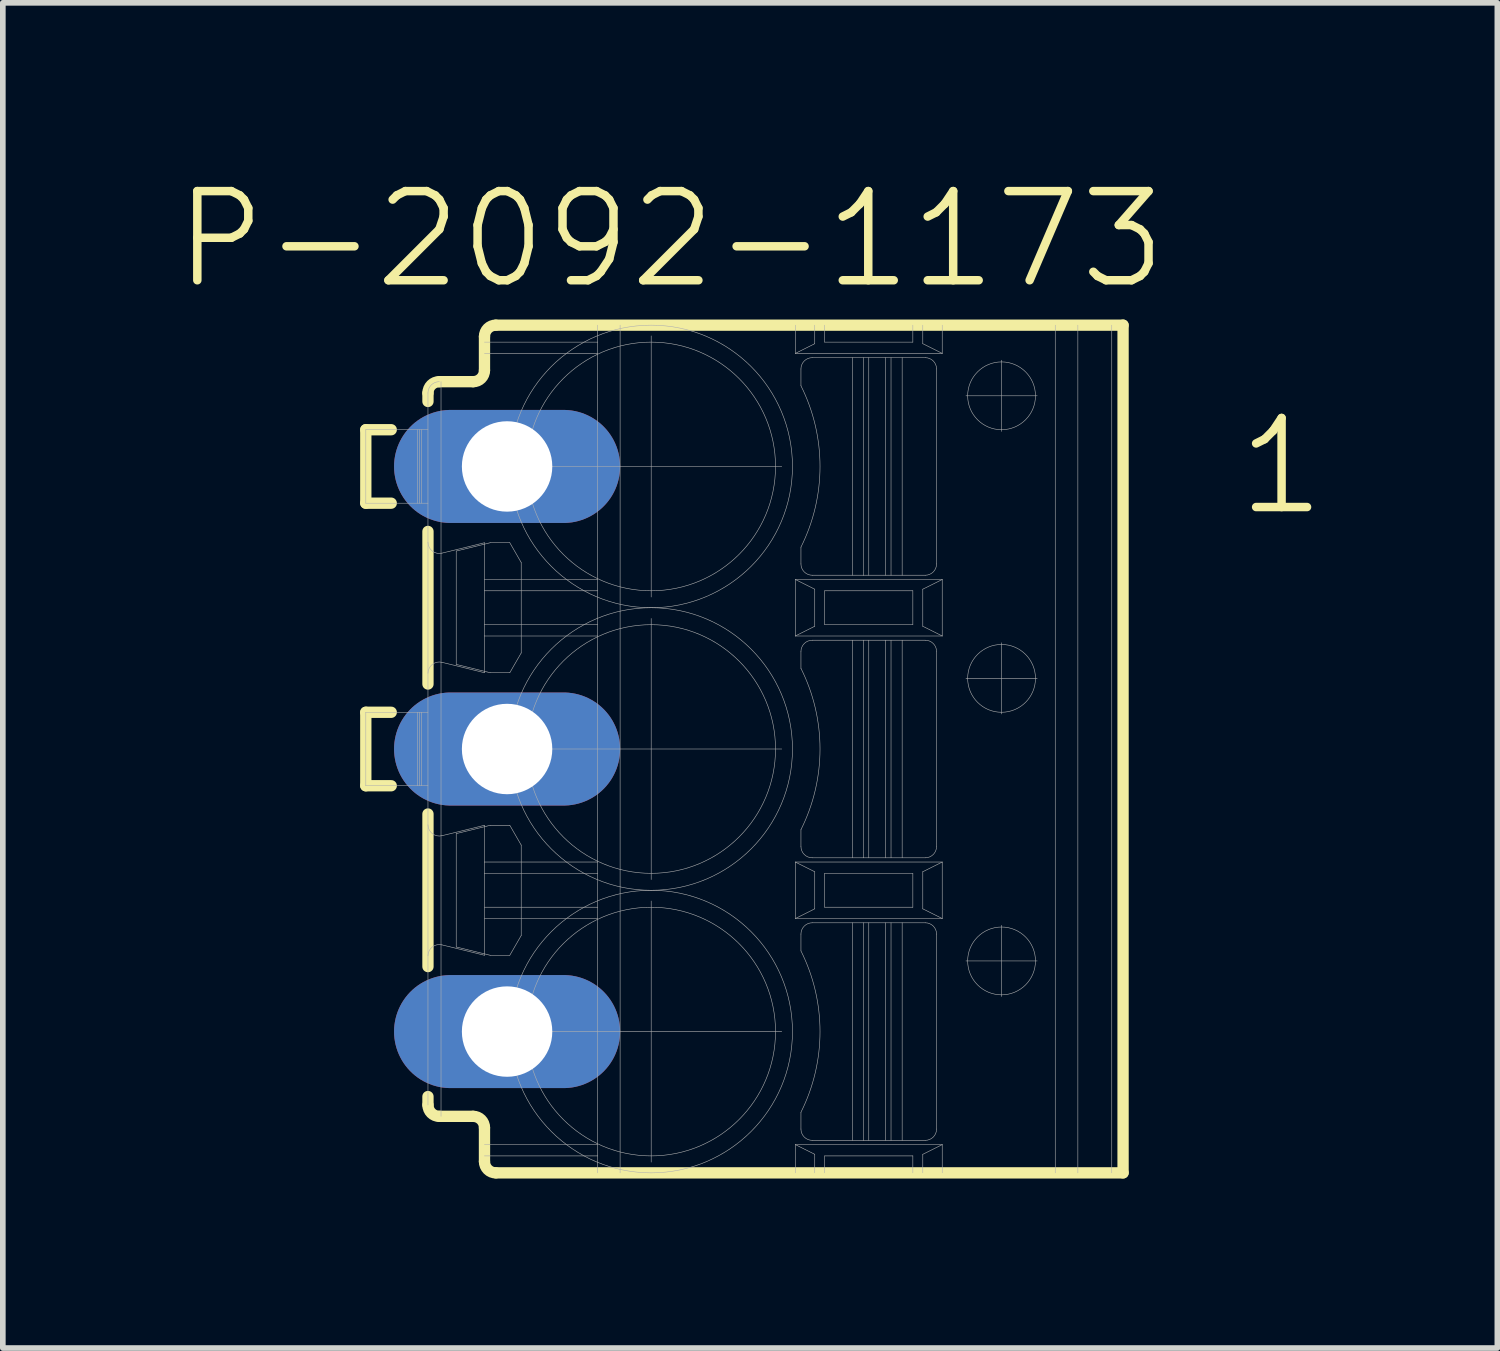
<source format=kicad_pcb>
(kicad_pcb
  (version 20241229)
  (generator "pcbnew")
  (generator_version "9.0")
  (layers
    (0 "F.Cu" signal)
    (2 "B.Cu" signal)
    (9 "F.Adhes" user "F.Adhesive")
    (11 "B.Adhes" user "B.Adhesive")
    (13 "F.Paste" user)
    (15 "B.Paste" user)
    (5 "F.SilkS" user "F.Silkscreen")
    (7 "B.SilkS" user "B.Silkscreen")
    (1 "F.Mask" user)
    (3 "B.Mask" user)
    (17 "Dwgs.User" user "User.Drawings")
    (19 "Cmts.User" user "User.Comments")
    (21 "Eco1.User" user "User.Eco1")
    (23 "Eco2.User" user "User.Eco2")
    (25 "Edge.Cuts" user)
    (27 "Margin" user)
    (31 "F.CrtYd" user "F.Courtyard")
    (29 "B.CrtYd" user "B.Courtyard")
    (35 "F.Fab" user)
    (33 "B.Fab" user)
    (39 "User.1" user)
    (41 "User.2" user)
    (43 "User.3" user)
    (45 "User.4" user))
  (footprint "P-2092-1173"
    (layer "F.Cu")
    (at 10.123 10.204)
    (property "Reference" "P-2092-1173" (at -1.303 -9.017 0) (layer "F.SilkS") (effects (font (size 1.578 1.578) (thickness 0.15))))
    (attr through_hole)
    (fp_line (start -6.7 -5.65) (end -6.7 -4.35) (stroke (width 0.2) (type solid)) (layer "F.SilkS"))
    (fp_line (start -6.7 -5.65) (end -6.25 -5.65) (stroke (width 0.2) (type solid)) (layer "F.SilkS"))
    (fp_line (start -6.7 -4.35) (end -6.25 -4.35) (stroke (width 0.2) (type solid)) (layer "F.SilkS"))
    (fp_line (start -6.7 -0.65) (end -6.7 0.65) (stroke (width 0.2) (type solid)) (layer "F.SilkS"))
    (fp_line (start -6.7 -0.65) (end -6.25 -0.65) (stroke (width 0.2) (type solid)) (layer "F.SilkS"))
    (fp_line (start -6.7 0.65) (end -6.25 0.65) (stroke (width 0.2) (type solid)) (layer "F.SilkS"))
    (fp_line (start -5.6 -6.3) (end -5.6 -6.15) (stroke (width 0.2) (type solid)) (layer "F.SilkS"))
    (fp_line (start -5.6 -3.85) (end -5.6 -1.15) (stroke (width 0.2) (type solid)) (layer "F.SilkS"))
    (fp_line (start -5.6 1.15) (end -5.6 3.85) (stroke (width 0.2) (type solid)) (layer "F.SilkS"))
    (fp_line (start -5.6 6.3) (end -5.6 6.15) (stroke (width 0.2) (type solid)) (layer "F.SilkS"))
    (fp_line (start -5.4 6.5) (end -4.8 6.5) (stroke (width 0.2) (type solid)) (layer "F.SilkS"))
    (fp_line (start -4.8 -6.5) (end -5.4 -6.5) (stroke (width 0.2) (type solid)) (layer "F.SilkS"))
    (fp_line (start -4.6 -7.3) (end -4.6 -6.7) (stroke (width 0.2) (type solid)) (layer "F.SilkS"))
    (fp_line (start -4.6 6.7) (end -4.6 7.3) (stroke (width 0.2) (type solid)) (layer "F.SilkS"))
    (fp_line (start -4.4 -7.5) (end 6.7 -7.5) (stroke (width 0.2) (type solid)) (layer "F.SilkS"))
    (fp_line (start 6.7 -7.5) (end 6.7 7.5) (stroke (width 0.2) (type solid)) (layer "F.SilkS"))
    (fp_line (start 6.7 7.5) (end -4.4 7.5) (stroke (width 0.2) (type solid)) (layer "F.SilkS"))
    (fp_arc (start -5.6 -6.3) (mid -5.541421 -6.441421) (end -5.4 -6.5) (stroke (width 0.2) (type solid)) (layer "F.SilkS"))
    (fp_arc (start -5.4 6.5) (mid -5.541421 6.441421) (end -5.6 6.3) (stroke (width 0.2) (type solid)) (layer "F.SilkS"))
    (fp_arc (start -4.8 6.5) (mid -4.658579 6.558579) (end -4.6 6.7) (stroke (width 0.2) (type solid)) (layer "F.SilkS"))
    (fp_arc (start -4.6 -7.3) (mid -4.541421 -7.441421) (end -4.4 -7.5) (stroke (width 0.2) (type solid)) (layer "F.SilkS"))
    (fp_arc (start -4.6 -6.7) (mid -4.658579 -6.558579) (end -4.8 -6.5) (stroke (width 0.2) (type solid)) (layer "F.SilkS"))
    (fp_arc (start -4.4 7.5) (mid -4.541421 7.441421) (end -4.6 7.3) (stroke (width 0.2) (type solid)) (layer "F.SilkS"))
    (fp_line (start -6.7 -4.35) (end -6.7 -5.65) (stroke (width 0.01) (type solid)) (layer "F.Fab"))
    (fp_line (start -6.7 0.65) (end -6.7 -0.65) (stroke (width 0.01) (type solid)) (layer "F.Fab"))
    (fp_line (start -5.785 -4.35) (end -5.785 -5.65) (stroke (width 0.01) (type solid)) (layer "F.Fab"))
    (fp_line (start -5.785 0.65) (end -5.785 -0.65) (stroke (width 0.01) (type solid)) (layer "F.Fab"))
    (fp_line (start -5.75 -4.35) (end -5.75 -5.65) (stroke (width 0.01) (type solid)) (layer "F.Fab"))
    (fp_line (start -5.75 0.65) (end -5.75 -0.65) (stroke (width 0.01) (type solid)) (layer "F.Fab"))
    (fp_line (start -5.715 -4.35) (end -5.715 -5.65) (stroke (width 0.01) (type solid)) (layer "F.Fab"))
    (fp_line (start -5.715 0.65) (end -5.715 -0.65) (stroke (width 0.01) (type solid)) (layer "F.Fab"))
    (fp_line (start -5.6 -6.3) (end -5.6 6.3) (stroke (width 0.01) (type solid)) (layer "F.Fab"))
    (fp_line (start -5.6 -5.65) (end -6.7 -5.65) (stroke (width 0.01) (type solid)) (layer "F.Fab"))
    (fp_line (start -5.6 -4.35) (end -6.7 -4.35) (stroke (width 0.01) (type solid)) (layer "F.Fab"))
    (fp_line (start -5.6 -0.65) (end -6.7 -0.65) (stroke (width 0.01) (type solid)) (layer "F.Fab"))
    (fp_line (start -5.6 0.65) (end -6.7 0.65) (stroke (width 0.01) (type solid)) (layer "F.Fab"))
    (fp_line (start -5.369 -6.5) (end -5.369 6.5) (stroke (width 0.01) (type solid)) (layer "F.Fab"))
    (fp_line (start -5.353 1.534) (end -4.6 1.35) (stroke (width 0.01) (type solid)) (layer "F.Fab"))
    (fp_line (start -5.1 -3.503) (end -4.5 -3.65) (stroke (width 0.01) (type solid)) (layer "F.Fab"))
    (fp_line (start -5.1 -1.497) (end -5.1 -3.503) (stroke (width 0.01) (type solid)) (layer "F.Fab"))
    (fp_line (start -5.1 1.497) (end -4.5 1.35) (stroke (width 0.01) (type solid)) (layer "F.Fab"))
    (fp_line (start -5.1 3.503) (end -5.1 1.497) (stroke (width 0.01) (type solid)) (layer "F.Fab"))
    (fp_line (start -4.935 -5) (end 0.66 -5) (stroke (width 0.01) (type solid)) (layer "F.Fab"))
    (fp_line (start -4.935 0) (end 0.66 0) (stroke (width 0.01) (type solid)) (layer "F.Fab"))
    (fp_line (start -4.935 5) (end 0.66 5) (stroke (width 0.01) (type solid)) (layer "F.Fab"))
    (fp_line (start -4.6 -7) (end -2.6 -7) (stroke (width 0.01) (type solid)) (layer "F.Fab"))
    (fp_line (start -4.6 -3.65) (end -5.353 -3.466) (stroke (width 0.01) (type solid)) (layer "F.Fab"))
    (fp_line (start -4.6 -3.65) (end -4.6 -3) (stroke (width 0.01) (type solid)) (layer "F.Fab"))
    (fp_line (start -4.6 -3) (end -4.6 -2.8) (stroke (width 0.01) (type solid)) (layer "F.Fab"))
    (fp_line (start -4.6 -3) (end -2.6 -3) (stroke (width 0.01) (type solid)) (layer "F.Fab"))
    (fp_line (start -4.6 -2.8) (end -4.6 -2.2) (stroke (width 0.01) (type solid)) (layer "F.Fab"))
    (fp_line (start -4.6 -2.8) (end -2.6 -2.8) (stroke (width 0.01) (type solid)) (layer "F.Fab"))
    (fp_line (start -4.6 -2.2) (end -4.6 -2) (stroke (width 0.01) (type solid)) (layer "F.Fab"))
    (fp_line (start -4.6 -2) (end -4.6 -1.35) (stroke (width 0.01) (type solid)) (layer "F.Fab"))
    (fp_line (start -4.6 -2) (end -2.6 -2) (stroke (width 0.01) (type solid)) (layer "F.Fab"))
    (fp_line (start -4.6 -1.35) (end -5.353 -1.534) (stroke (width 0.01) (type solid)) (layer "F.Fab"))
    (fp_line (start -4.6 1.35) (end -4.6 2) (stroke (width 0.01) (type solid)) (layer "F.Fab"))
    (fp_line (start -4.6 2) (end -4.6 2.2) (stroke (width 0.01) (type solid)) (layer "F.Fab"))
    (fp_line (start -4.6 2) (end -2.6 2) (stroke (width 0.01) (type solid)) (layer "F.Fab"))
    (fp_line (start -4.6 2.2) (end -4.6 3.65) (stroke (width 0.01) (type solid)) (layer "F.Fab"))
    (fp_line (start -4.6 2.2) (end -2.6 2.2) (stroke (width 0.01) (type solid)) (layer "F.Fab"))
    (fp_line (start -4.6 3) (end -2.6 3) (stroke (width 0.01) (type solid)) (layer "F.Fab"))
    (fp_line (start -4.6 3.65) (end -5.353 3.466) (stroke (width 0.01) (type solid)) (layer "F.Fab"))
    (fp_line (start -4.6 7) (end -2.6 7) (stroke (width 0.01) (type solid)) (layer "F.Fab"))
    (fp_line (start -4.6 7.2) (end -2.6 7.2) (stroke (width 0.01) (type solid)) (layer "F.Fab"))
    (fp_line (start -4.5 -3.65) (end -4.152 -3.65) (stroke (width 0.01) (type solid)) (layer "F.Fab"))
    (fp_line (start -4.5 -1.35) (end -5.1 -1.497) (stroke (width 0.01) (type solid)) (layer "F.Fab"))
    (fp_line (start -4.5 1.35) (end -4.152 1.35) (stroke (width 0.01) (type solid)) (layer "F.Fab"))
    (fp_line (start -4.5 3.65) (end -5.1 3.503) (stroke (width 0.01) (type solid)) (layer "F.Fab"))
    (fp_line (start -4.2 -4.265) (end -4.2 -5.735) (stroke (width 0.01) (type solid)) (layer "F.Fab"))
    (fp_line (start -4.2 0.735) (end -4.2 -0.735) (stroke (width 0.01) (type solid)) (layer "F.Fab"))
    (fp_line (start -4.2 5.735) (end -4.2 4.265) (stroke (width 0.01) (type solid)) (layer "F.Fab"))
    (fp_line (start -4.152 -3.65) (end -3.95 -3.3) (stroke (width 0.01) (type solid)) (layer "F.Fab"))
    (fp_line (start -4.152 -1.35) (end -4.5 -1.35) (stroke (width 0.01) (type solid)) (layer "F.Fab"))
    (fp_line (start -4.152 1.35) (end -3.95 1.7) (stroke (width 0.01) (type solid)) (layer "F.Fab"))
    (fp_line (start -4.152 3.65) (end -4.5 3.65) (stroke (width 0.01) (type solid)) (layer "F.Fab"))
    (fp_line (start -3.95 -3.3) (end -3.95 -1.7) (stroke (width 0.01) (type solid)) (layer "F.Fab"))
    (fp_line (start -3.95 -1.7) (end -4.152 -1.35) (stroke (width 0.01) (type solid)) (layer "F.Fab"))
    (fp_line (start -3.95 1.7) (end -3.95 3.3) (stroke (width 0.01) (type solid)) (layer "F.Fab"))
    (fp_line (start -3.95 3.3) (end -4.152 3.65) (stroke (width 0.01) (type solid)) (layer "F.Fab"))
    (fp_line (start -2.6 -7.5) (end -2.6 -7.2) (stroke (width 0.01) (type solid)) (layer "F.Fab"))
    (fp_line (start -2.6 -7.2) (end -4.6 -7.2) (stroke (width 0.01) (type solid)) (layer "F.Fab"))
    (fp_line (start -2.6 -7.2) (end -2.6 -7) (stroke (width 0.01) (type solid)) (layer "F.Fab"))
    (fp_line (start -2.6 -7) (end -2.6 -3) (stroke (width 0.01) (type solid)) (layer "F.Fab"))
    (fp_line (start -2.6 -3) (end -2.6 -2.8) (stroke (width 0.01) (type solid)) (layer "F.Fab"))
    (fp_line (start -2.6 -2.8) (end -2.6 -2.2) (stroke (width 0.01) (type solid)) (layer "F.Fab"))
    (fp_line (start -2.6 -2.2) (end -4.6 -2.2) (stroke (width 0.01) (type solid)) (layer "F.Fab"))
    (fp_line (start -2.6 -2.2) (end -2.6 -2) (stroke (width 0.01) (type solid)) (layer "F.Fab"))
    (fp_line (start -2.6 -2) (end -2.6 2) (stroke (width 0.01) (type solid)) (layer "F.Fab"))
    (fp_line (start -2.6 2) (end -2.6 2.2) (stroke (width 0.01) (type solid)) (layer "F.Fab"))
    (fp_line (start -2.6 2.2) (end -2.6 2.8) (stroke (width 0.01) (type solid)) (layer "F.Fab"))
    (fp_line (start -2.6 2.8) (end -4.6 2.8) (stroke (width 0.01) (type solid)) (layer "F.Fab"))
    (fp_line (start -2.6 2.8) (end -2.6 3) (stroke (width 0.01) (type solid)) (layer "F.Fab"))
    (fp_line (start -2.6 3) (end -2.6 7) (stroke (width 0.01) (type solid)) (layer "F.Fab"))
    (fp_line (start -2.6 7) (end -2.6 7.2) (stroke (width 0.01) (type solid)) (layer "F.Fab"))
    (fp_line (start -2.6 7.2) (end -2.6 7.5) (stroke (width 0.01) (type solid)) (layer "F.Fab"))
    (fp_line (start -2.2 -7.5) (end -2.2 7.5) (stroke (width 0.01) (type solid)) (layer "F.Fab"))
    (fp_line (start -1.65 -2.69) (end -1.65 -7.31) (stroke (width 0.01) (type solid)) (layer "F.Fab"))
    (fp_line (start -1.65 2.31) (end -1.65 -2.31) (stroke (width 0.01) (type solid)) (layer "F.Fab"))
    (fp_line (start -1.65 7.31) (end -1.65 2.69) (stroke (width 0.01) (type solid)) (layer "F.Fab"))
    (fp_line (start 0.9 -7.5) (end 0.9 -7) (stroke (width 0.01) (type solid)) (layer "F.Fab"))
    (fp_line (start 0.9 -7) (end 1.244 -7.172) (stroke (width 0.01) (type solid)) (layer "F.Fab"))
    (fp_line (start 0.9 -7) (end 3.5 -7) (stroke (width 0.01) (type solid)) (layer "F.Fab"))
    (fp_line (start 0.9 -3) (end 0.9 -2) (stroke (width 0.01) (type solid)) (layer "F.Fab"))
    (fp_line (start 0.9 -3) (end 3.5 -3) (stroke (width 0.01) (type solid)) (layer "F.Fab"))
    (fp_line (start 0.9 -2) (end 1.244 -2.172) (stroke (width 0.01) (type solid)) (layer "F.Fab"))
    (fp_line (start 0.9 -2) (end 3.5 -2) (stroke (width 0.01) (type solid)) (layer "F.Fab"))
    (fp_line (start 0.9 2) (end 0.9 3) (stroke (width 0.01) (type solid)) (layer "F.Fab"))
    (fp_line (start 0.9 2) (end 3.5 2) (stroke (width 0.01) (type solid)) (layer "F.Fab"))
    (fp_line (start 0.9 3) (end 1.244 2.828) (stroke (width 0.01) (type solid)) (layer "F.Fab"))
    (fp_line (start 0.9 3) (end 3.5 3) (stroke (width 0.01) (type solid)) (layer "F.Fab"))
    (fp_line (start 0.9 7) (end 0.9 7.5) (stroke (width 0.01) (type solid)) (layer "F.Fab"))
    (fp_line (start 0.9 7) (end 3.5 7) (stroke (width 0.01) (type solid)) (layer "F.Fab"))
    (fp_line (start 1 -6.428) (end 1 -6.725) (stroke (width 0.01) (type solid)) (layer "F.Fab"))
    (fp_line (start 1 -3.275) (end 1 -3.572) (stroke (width 0.01) (type solid)) (layer "F.Fab"))
    (fp_line (start 1 -1.427) (end 1 -1.725) (stroke (width 0.01) (type solid)) (layer "F.Fab"))
    (fp_line (start 1 1.725) (end 1 1.427) (stroke (width 0.01) (type solid)) (layer "F.Fab"))
    (fp_line (start 1 3.572) (end 1 3.275) (stroke (width 0.01) (type solid)) (layer "F.Fab"))
    (fp_line (start 1 6.725) (end 1 6.428) (stroke (width 0.01) (type solid)) (layer "F.Fab"))
    (fp_line (start 1.2 -6.925) (end 3.2 -6.925) (stroke (width 0.01) (type solid)) (layer "F.Fab"))
    (fp_line (start 1.2 -1.925) (end 3.2 -1.925) (stroke (width 0.01) (type solid)) (layer "F.Fab"))
    (fp_line (start 1.2 3.075) (end 3.2 3.075) (stroke (width 0.01) (type solid)) (layer "F.Fab"))
    (fp_line (start 1.244 -7.5) (end 1.244 -7.172) (stroke (width 0.01) (type solid)) (layer "F.Fab"))
    (fp_line (start 1.244 -2.828) (end 0.9 -3) (stroke (width 0.01) (type solid)) (layer "F.Fab"))
    (fp_line (start 1.244 -2.828) (end 1.244 -2.172) (stroke (width 0.01) (type solid)) (layer "F.Fab"))
    (fp_line (start 1.244 2.172) (end 0.9 2) (stroke (width 0.01) (type solid)) (layer "F.Fab"))
    (fp_line (start 1.244 2.172) (end 1.244 2.828) (stroke (width 0.01) (type solid)) (layer "F.Fab"))
    (fp_line (start 1.244 7.172) (end 0.9 7) (stroke (width 0.01) (type solid)) (layer "F.Fab"))
    (fp_line (start 1.244 7.172) (end 1.244 7.5) (stroke (width 0.01) (type solid)) (layer "F.Fab"))
    (fp_line (start 1.42 -7.5) (end 1.42 -7.2) (stroke (width 0.01) (type solid)) (layer "F.Fab"))
    (fp_line (start 1.42 -7.2) (end 2.98 -7.2) (stroke (width 0.01) (type solid)) (layer "F.Fab"))
    (fp_line (start 1.42 -2.8) (end 1.42 -2.2) (stroke (width 0.01) (type solid)) (layer "F.Fab"))
    (fp_line (start 1.42 -2.2) (end 2.98 -2.2) (stroke (width 0.01) (type solid)) (layer "F.Fab"))
    (fp_line (start 1.42 2.2) (end 1.42 2.8) (stroke (width 0.01) (type solid)) (layer "F.Fab"))
    (fp_line (start 1.42 2.8) (end 2.98 2.8) (stroke (width 0.01) (type solid)) (layer "F.Fab"))
    (fp_line (start 1.42 7.2) (end 1.42 7.5) (stroke (width 0.01) (type solid)) (layer "F.Fab"))
    (fp_line (start 1.909 -6.925) (end 1.909 -3.075) (stroke (width 0.01) (type solid)) (layer "F.Fab"))
    (fp_line (start 1.909 -1.925) (end 1.909 1.925) (stroke (width 0.01) (type solid)) (layer "F.Fab"))
    (fp_line (start 1.909 3.075) (end 1.909 6.925) (stroke (width 0.01) (type solid)) (layer "F.Fab"))
    (fp_line (start 2.106 -3.075) (end 1.2 -3.075) (stroke (width 0.01) (type solid)) (layer "F.Fab"))
    (fp_line (start 2.106 -3.075) (end 2.106 -6.925) (stroke (width 0.01) (type solid)) (layer "F.Fab"))
    (fp_line (start 2.106 1.925) (end 1.2 1.925) (stroke (width 0.01) (type solid)) (layer "F.Fab"))
    (fp_line (start 2.106 1.925) (end 2.106 -1.925) (stroke (width 0.01) (type solid)) (layer "F.Fab"))
    (fp_line (start 2.106 6.925) (end 1.2 6.925) (stroke (width 0.01) (type solid)) (layer "F.Fab"))
    (fp_line (start 2.106 6.925) (end 2.106 3.075) (stroke (width 0.01) (type solid)) (layer "F.Fab"))
    (fp_line (start 2.2 -3.075) (end 2.2 -6.925) (stroke (width 0.01) (type solid)) (layer "F.Fab"))
    (fp_line (start 2.2 1.925) (end 2.2 -1.925) (stroke (width 0.01) (type solid)) (layer "F.Fab"))
    (fp_line (start 2.2 6.925) (end 2.2 3.075) (stroke (width 0.01) (type solid)) (layer "F.Fab"))
    (fp_line (start 2.5 -3.075) (end 2.5 -6.925) (stroke (width 0.01) (type solid)) (layer "F.Fab"))
    (fp_line (start 2.5 1.925) (end 2.5 -1.925) (stroke (width 0.01) (type solid)) (layer "F.Fab"))
    (fp_line (start 2.5 6.925) (end 2.5 3.075) (stroke (width 0.01) (type solid)) (layer "F.Fab"))
    (fp_line (start 2.594 -3.075) (end 2.594 -6.925) (stroke (width 0.01) (type solid)) (layer "F.Fab"))
    (fp_line (start 2.594 1.925) (end 2.594 -1.925) (stroke (width 0.01) (type solid)) (layer "F.Fab"))
    (fp_line (start 2.594 6.925) (end 2.594 3.075) (stroke (width 0.01) (type solid)) (layer "F.Fab"))
    (fp_line (start 2.791 -6.925) (end 2.791 -3.075) (stroke (width 0.01) (type solid)) (layer "F.Fab"))
    (fp_line (start 2.791 -1.925) (end 2.791 1.925) (stroke (width 0.01) (type solid)) (layer "F.Fab"))
    (fp_line (start 2.791 3.075) (end 2.791 6.925) (stroke (width 0.01) (type solid)) (layer "F.Fab"))
    (fp_line (start 2.98 -7.5) (end 2.98 -7.2) (stroke (width 0.01) (type solid)) (layer "F.Fab"))
    (fp_line (start 2.98 -2.8) (end 1.42 -2.8) (stroke (width 0.01) (type solid)) (layer "F.Fab"))
    (fp_line (start 2.98 -2.8) (end 2.98 -2.2) (stroke (width 0.01) (type solid)) (layer "F.Fab"))
    (fp_line (start 2.98 2.2) (end 1.42 2.2) (stroke (width 0.01) (type solid)) (layer "F.Fab"))
    (fp_line (start 2.98 2.2) (end 2.98 2.8) (stroke (width 0.01) (type solid)) (layer "F.Fab"))
    (fp_line (start 2.98 7.2) (end 1.42 7.2) (stroke (width 0.01) (type solid)) (layer "F.Fab"))
    (fp_line (start 2.98 7.2) (end 2.98 7.5) (stroke (width 0.01) (type solid)) (layer "F.Fab"))
    (fp_line (start 3.156 -7.5) (end 3.156 -7.172) (stroke (width 0.01) (type solid)) (layer "F.Fab"))
    (fp_line (start 3.156 -7.172) (end 3.5 -7) (stroke (width 0.01) (type solid)) (layer "F.Fab"))
    (fp_line (start 3.156 -2.828) (end 3.156 -2.172) (stroke (width 0.01) (type solid)) (layer "F.Fab"))
    (fp_line (start 3.156 -2.172) (end 3.5 -2) (stroke (width 0.01) (type solid)) (layer "F.Fab"))
    (fp_line (start 3.156 2.172) (end 3.156 2.828) (stroke (width 0.01) (type solid)) (layer "F.Fab"))
    (fp_line (start 3.156 2.828) (end 3.5 3) (stroke (width 0.01) (type solid)) (layer "F.Fab"))
    (fp_line (start 3.156 7.172) (end 3.156 7.5) (stroke (width 0.01) (type solid)) (layer "F.Fab"))
    (fp_line (start 3.2 -3.075) (end 2.106 -3.075) (stroke (width 0.01) (type solid)) (layer "F.Fab"))
    (fp_line (start 3.2 1.925) (end 2.106 1.925) (stroke (width 0.01) (type solid)) (layer "F.Fab"))
    (fp_line (start 3.2 6.925) (end 2.106 6.925) (stroke (width 0.01) (type solid)) (layer "F.Fab"))
    (fp_line (start 3.4 -6.725) (end 3.4 -3.275) (stroke (width 0.01) (type solid)) (layer "F.Fab"))
    (fp_line (start 3.4 -1.725) (end 3.4 1.725) (stroke (width 0.01) (type solid)) (layer "F.Fab"))
    (fp_line (start 3.4 3.275) (end 3.4 6.725) (stroke (width 0.01) (type solid)) (layer "F.Fab"))
    (fp_line (start 3.5 -7.5) (end 3.5 -7) (stroke (width 0.01) (type solid)) (layer "F.Fab"))
    (fp_line (start 3.5 -3) (end 3.156 -2.828) (stroke (width 0.01) (type solid)) (layer "F.Fab"))
    (fp_line (start 3.5 -3) (end 3.5 -2) (stroke (width 0.01) (type solid)) (layer "F.Fab"))
    (fp_line (start 3.5 2) (end 3.156 2.172) (stroke (width 0.01) (type solid)) (layer "F.Fab"))
    (fp_line (start 3.5 2) (end 3.5 3) (stroke (width 0.01) (type solid)) (layer "F.Fab"))
    (fp_line (start 3.5 7) (end 3.156 7.172) (stroke (width 0.01) (type solid)) (layer "F.Fab"))
    (fp_line (start 3.5 7) (end 3.5 7.5) (stroke (width 0.01) (type solid)) (layer "F.Fab"))
    (fp_line (start 3.92 -6.25) (end 5.18 -6.25) (stroke (width 0.01) (type solid)) (layer "F.Fab"))
    (fp_line (start 3.92 -1.25) (end 5.18 -1.25) (stroke (width 0.01) (type solid)) (layer "F.Fab"))
    (fp_line (start 3.92 3.75) (end 5.18 3.75) (stroke (width 0.01) (type solid)) (layer "F.Fab"))
    (fp_line (start 4.55 -5.62) (end 4.55 -6.88) (stroke (width 0.01) (type solid)) (layer "F.Fab"))
    (fp_line (start 4.55 -0.62) (end 4.55 -1.88) (stroke (width 0.01) (type solid)) (layer "F.Fab"))
    (fp_line (start 4.55 4.38) (end 4.55 3.12) (stroke (width 0.01) (type solid)) (layer "F.Fab"))
    (fp_line (start 5.5 -7.5) (end 5.5 7.5) (stroke (width 0.01) (type solid)) (layer "F.Fab"))
    (fp_line (start 5.9 -7.5) (end 5.9 7.5) (stroke (width 0.01) (type solid)) (layer "F.Fab"))
    (fp_line (start 6.5 -7.5) (end 6.5 7.5) (stroke (width 0.01) (type solid)) (layer "F.Fab"))
    (fp_arc (start -5.6 -6.3) (mid -5.541421 -6.441421) (end -5.4 -6.5) (stroke (width 0.01) (type solid)) (layer "F.Fab"))
    (fp_arc (start -5.5999 -1.3399) (mid -5.523392 -1.497119) (end -5.3525 -1.5341) (stroke (width 0.01) (type solid)) (layer "F.Fab"))
    (fp_arc (start -5.5999 3.6601) (mid -5.523392 3.502881) (end -5.3525 3.4659) (stroke (width 0.01) (type solid)) (layer "F.Fab"))
    (fp_arc (start -5.3525 -3.4658) (mid -5.523493 -3.502771) (end -5.6 -3.6601) (stroke (width 0.01) (type solid)) (layer "F.Fab"))
    (fp_arc (start -5.3525 1.5342) (mid -5.523493 1.497229) (end -5.6 1.3399) (stroke (width 0.01) (type solid)) (layer "F.Fab"))
    (fp_arc (start 1 -6.725) (mid 1.058579 -6.866421) (end 1.2 -6.925) (stroke (width 0.01) (type solid)) (layer "F.Fab"))
    (fp_arc (start 1 -6.4275) (mid 1.337516 -5) (end 1 -3.5725) (stroke (width 0.01) (type solid)) (layer "F.Fab"))
    (fp_arc (start 1 -1.725) (mid 1.058579 -1.866421) (end 1.2 -1.925) (stroke (width 0.01) (type solid)) (layer "F.Fab"))
    (fp_arc (start 1 -1.4275) (mid 1.337516 0) (end 1 1.4275) (stroke (width 0.01) (type solid)) (layer "F.Fab"))
    (fp_arc (start 1 3.275) (mid 1.058579 3.133579) (end 1.2 3.075) (stroke (width 0.01) (type solid)) (layer "F.Fab"))
    (fp_arc (start 1 3.5725) (mid 1.337516 5) (end 1 6.4275) (stroke (width 0.01) (type solid)) (layer "F.Fab"))
    (fp_arc (start 1.2 -3.075) (mid 1.058579 -3.133579) (end 1 -3.275) (stroke (width 0.01) (type solid)) (layer "F.Fab"))
    (fp_arc (start 1.2 1.925) (mid 1.058579 1.866421) (end 1 1.725) (stroke (width 0.01) (type solid)) (layer "F.Fab"))
    (fp_arc (start 1.2 6.925) (mid 1.058579 6.866421) (end 1 6.725) (stroke (width 0.01) (type solid)) (layer "F.Fab"))
    (fp_arc (start 3.2 -6.925) (mid 3.341421 -6.866421) (end 3.4 -6.725) (stroke (width 0.01) (type solid)) (layer "F.Fab"))
    (fp_arc (start 3.2 -1.925) (mid 3.341421 -1.866421) (end 3.4 -1.725) (stroke (width 0.01) (type solid)) (layer "F.Fab"))
    (fp_arc (start 3.2 3.075) (mid 3.341421 3.133579) (end 3.4 3.275) (stroke (width 0.01) (type solid)) (layer "F.Fab"))
    (fp_arc (start 3.4 -3.275) (mid 3.341421 -3.133579) (end 3.2 -3.075) (stroke (width 0.01) (type solid)) (layer "F.Fab"))
    (fp_arc (start 3.4 1.725) (mid 3.341421 1.866421) (end 3.2 1.925) (stroke (width 0.01) (type solid)) (layer "F.Fab"))
    (fp_arc (start 3.4 6.725) (mid 3.341421 6.866421) (end 3.2 6.925) (stroke (width 0.01) (type solid)) (layer "F.Fab"))
    (fp_circle (center -4.2 -5) (end -3.95 -5) (stroke (width 0.01) (type solid)) (fill no) (layer "F.Fab"))
    (fp_circle (center -4.2 -5) (end -3.5 -5) (stroke (width 0.01) (type solid)) (fill no) (layer "F.Fab"))
    (fp_circle (center -4.2 0) (end -3.95 0) (stroke (width 0.01) (type solid)) (fill no) (layer "F.Fab"))
    (fp_circle (center -4.2 0) (end -3.5 0) (stroke (width 0.01) (type solid)) (fill no) (layer "F.Fab"))
    (fp_circle (center -4.2 5) (end -3.95 5) (stroke (width 0.01) (type solid)) (fill no) (layer "F.Fab"))
    (fp_circle (center -4.2 5) (end -3.5 5) (stroke (width 0.01) (type solid)) (fill no) (layer "F.Fab"))
    (fp_circle (center -1.65 -5) (end 0.55 -5) (stroke (width 0.01) (type solid)) (fill no) (layer "F.Fab"))
    (fp_circle (center -1.65 -5) (end 0.85 -5) (stroke (width 0.01) (type solid)) (fill no) (layer "F.Fab"))
    (fp_circle (center -1.65 0) (end 0.55 0) (stroke (width 0.01) (type solid)) (fill no) (layer "F.Fab"))
    (fp_circle (center -1.65 0) (end 0.85 0) (stroke (width 0.01) (type solid)) (fill no) (layer "F.Fab"))
    (fp_circle (center -1.65 5) (end 0.55 5) (stroke (width 0.01) (type solid)) (fill no) (layer "F.Fab"))
    (fp_circle (center -1.65 5) (end 0.85 5) (stroke (width 0.01) (type solid)) (fill no) (layer "F.Fab"))
    (fp_circle (center 4.55 -6.25) (end 5.15 -6.25) (stroke (width 0.01) (type solid)) (fill no) (layer "F.Fab"))
    (fp_circle (center 4.55 -1.25) (end 5.15 -1.25) (stroke (width 0.01) (type solid)) (fill no) (layer "F.Fab"))
    (fp_circle (center 4.55 3.75) (end 5.15 3.75) (stroke (width 0.01) (type solid)) (fill no) (layer "F.Fab"))
    (fp_text user "1" (at 9.505 -5.003 0) (layer "F.SilkS") (effects (font (size 1.576 1.576) (thickness 0.15))))
    (pad "L1" thru_hole oval (at -4.2 -5) (size 4 2) (drill 1.6) (layers "*.Cu" "*.Mask"))
    (pad "L2" thru_hole oval (at -4.2 0) (size 4 2) (drill 1.6) (layers "*.Cu" "*.Mask"))
    (pad "L3" thru_hole oval (at -4.2 5) (size 4 2) (drill 1.6) (layers "*.Cu" "*.Mask")))
  (gr_rect
    (start -3 -3)
    (end 23.446 20.804)
    (stroke (width 0.1) (type default))
    (fill no)
    (layer "Edge.Cuts")))
</source>
